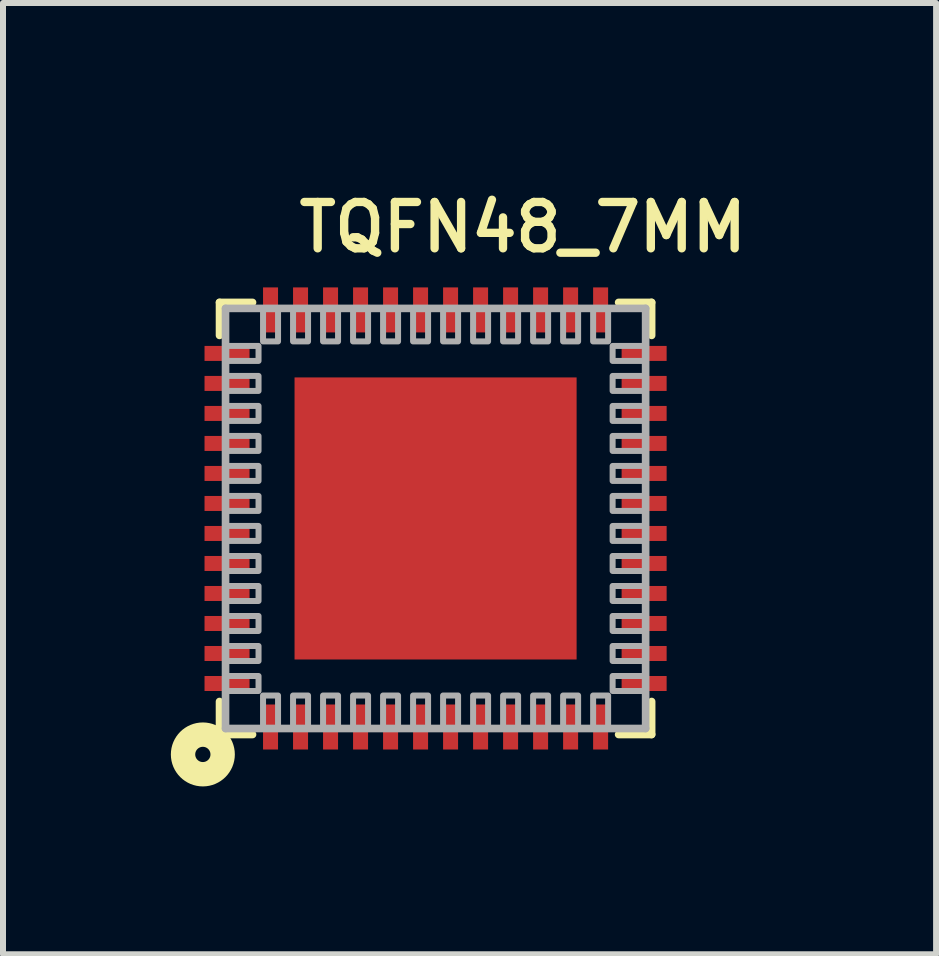
<source format=kicad_pcb>
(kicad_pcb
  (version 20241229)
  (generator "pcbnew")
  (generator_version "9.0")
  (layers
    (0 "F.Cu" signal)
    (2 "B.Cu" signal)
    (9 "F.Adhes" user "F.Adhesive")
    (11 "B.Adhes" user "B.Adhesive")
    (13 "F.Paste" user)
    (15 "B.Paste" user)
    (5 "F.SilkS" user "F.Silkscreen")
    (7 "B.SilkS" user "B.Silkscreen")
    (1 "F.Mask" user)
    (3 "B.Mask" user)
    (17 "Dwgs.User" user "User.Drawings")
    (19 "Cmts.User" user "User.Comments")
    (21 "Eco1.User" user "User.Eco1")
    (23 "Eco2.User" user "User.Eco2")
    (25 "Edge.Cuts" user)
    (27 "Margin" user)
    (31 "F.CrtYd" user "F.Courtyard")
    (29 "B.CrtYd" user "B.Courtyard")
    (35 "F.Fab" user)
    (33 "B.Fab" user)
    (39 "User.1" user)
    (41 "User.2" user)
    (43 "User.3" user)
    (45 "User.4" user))
  (footprint "TQFN48_7MM"
    (layer "F.Cu")
    (at 4.208 5.589)
    (property "Reference" "TQFN48_7MM" (at -2.35 -4.4 0) (layer "F.SilkS") (effects (font (size 0.772 0.772) (thickness 0.139)) (justify left bottom)))
    (attr through_hole)
    (fp_line (start -3.6 -3.6) (end -3.6 -3.05) (stroke (width 0.127) (type solid)) (layer "F.SilkS"))
    (fp_line (start -3.6 3.05) (end -3.6 3.6) (stroke (width 0.127) (type solid)) (layer "F.SilkS"))
    (fp_line (start -3.6 3.6) (end -3.05 3.6) (stroke (width 0.127) (type solid)) (layer "F.SilkS"))
    (fp_line (start -3.05 -3.6) (end -3.6 -3.6) (stroke (width 0.127) (type solid)) (layer "F.SilkS"))
    (fp_line (start 3.05 -3.6) (end 3.6 -3.6) (stroke (width 0.127) (type solid)) (layer "F.SilkS"))
    (fp_line (start 3.6 -3.6) (end 3.6 -3.05) (stroke (width 0.127) (type solid)) (layer "F.SilkS"))
    (fp_line (start 3.6 3.05) (end 3.6 3.6) (stroke (width 0.127) (type solid)) (layer "F.SilkS"))
    (fp_line (start 3.6 3.6) (end 3.05 3.6) (stroke (width 0.127) (type solid)) (layer "F.SilkS"))
    (fp_circle (center -3.878 3.932) (end -3.751 3.932) (stroke (width 0.406) (type solid)) (fill no) (layer "F.SilkS"))
    (fp_poly (pts (xy -2 -0.5) (xy -1 -0.5) (xy -1 -2) (xy -2 -2)) (stroke (width 0) (type solid)) (fill yes) (layer "F.Paste"))
    (fp_poly (pts (xy -2 2) (xy -1 2) (xy -1 0.5) (xy -2 0.5)) (stroke (width 0) (type solid)) (fill yes) (layer "F.Paste"))
    (fp_poly (pts (xy -0.5 -0.5) (xy 0.5 -0.5) (xy 0.5 -2) (xy -0.5 -2)) (stroke (width 0) (type solid)) (fill yes) (layer "F.Paste"))
    (fp_poly (pts (xy -0.5 2) (xy 0.5 2) (xy 0.5 0.5) (xy -0.5 0.5)) (stroke (width 0) (type solid)) (fill yes) (layer "F.Paste"))
    (fp_poly (pts (xy 1 -0.5) (xy 2 -0.5) (xy 2 -2) (xy 1 -2)) (stroke (width 0) (type solid)) (fill yes) (layer "F.Paste"))
    (fp_poly (pts (xy 1 2) (xy 2 2) (xy 2 0.5) (xy 1 0.5)) (stroke (width 0) (type solid)) (fill yes) (layer "F.Paste"))
    (fp_line (start -3.5 -3.5) (end 3.5 -3.5) (stroke (width 0.127) (type solid)) (layer "F.Fab"))
    (fp_line (start -3.5 3.5) (end -3.5 -3.5) (stroke (width 0.127) (type solid)) (layer "F.Fab"))
    (fp_line (start 3.5 -3.5) (end 3.5 3.5) (stroke (width 0.127) (type solid)) (layer "F.Fab"))
    (fp_line (start 3.5 3.5) (end -3.5 3.5) (stroke (width 0.127) (type solid)) (layer "F.Fab"))
    (fp_poly (pts (xy -3.5 -2.625) (xy -2.95 -2.625) (xy -2.95 -2.875) (xy -3.5 -2.875)) (stroke (width 0.1) (type solid)) (fill no) (layer "F.Fab"))
    (fp_poly (pts (xy -3.5 -2.125) (xy -2.95 -2.125) (xy -2.95 -2.375) (xy -3.5 -2.375)) (stroke (width 0.1) (type solid)) (fill no) (layer "F.Fab"))
    (fp_poly (pts (xy -3.5 -1.625) (xy -2.95 -1.625) (xy -2.95 -1.875) (xy -3.5 -1.875)) (stroke (width 0.1) (type solid)) (fill no) (layer "F.Fab"))
    (fp_poly (pts (xy -3.5 -1.125) (xy -2.95 -1.125) (xy -2.95 -1.375) (xy -3.5 -1.375)) (stroke (width 0.1) (type solid)) (fill no) (layer "F.Fab"))
    (fp_poly (pts (xy -3.5 -0.625) (xy -2.95 -0.625) (xy -2.95 -0.875) (xy -3.5 -0.875)) (stroke (width 0.1) (type solid)) (fill no) (layer "F.Fab"))
    (fp_poly (pts (xy -3.5 -0.125) (xy -2.95 -0.125) (xy -2.95 -0.375) (xy -3.5 -0.375)) (stroke (width 0.1) (type solid)) (fill no) (layer "F.Fab"))
    (fp_poly (pts (xy -3.5 0.375) (xy -2.95 0.375) (xy -2.95 0.125) (xy -3.5 0.125)) (stroke (width 0.1) (type solid)) (fill no) (layer "F.Fab"))
    (fp_poly (pts (xy -3.5 0.875) (xy -2.95 0.875) (xy -2.95 0.625) (xy -3.5 0.625)) (stroke (width 0.1) (type solid)) (fill no) (layer "F.Fab"))
    (fp_poly (pts (xy -3.5 1.375) (xy -2.95 1.375) (xy -2.95 1.125) (xy -3.5 1.125)) (stroke (width 0.1) (type solid)) (fill no) (layer "F.Fab"))
    (fp_poly (pts (xy -3.5 1.875) (xy -2.95 1.875) (xy -2.95 1.625) (xy -3.5 1.625)) (stroke (width 0.1) (type solid)) (fill no) (layer "F.Fab"))
    (fp_poly (pts (xy -3.5 2.375) (xy -2.95 2.375) (xy -2.95 2.125) (xy -3.5 2.125)) (stroke (width 0.1) (type solid)) (fill no) (layer "F.Fab"))
    (fp_poly (pts (xy -3.5 2.875) (xy -2.95 2.875) (xy -2.95 2.625) (xy -3.5 2.625)) (stroke (width 0.1) (type solid)) (fill no) (layer "F.Fab"))
    (fp_poly (pts (xy -2.875 -3.5) (xy -2.875 -2.95) (xy -2.625 -2.95) (xy -2.625 -3.5)) (stroke (width 0.1) (type solid)) (fill no) (layer "F.Fab"))
    (fp_poly (pts (xy -2.625 3.5) (xy -2.625 2.95) (xy -2.875 2.95) (xy -2.875 3.5)) (stroke (width 0.1) (type solid)) (fill no) (layer "F.Fab"))
    (fp_poly (pts (xy -2.375 -3.5) (xy -2.375 -2.95) (xy -2.125 -2.95) (xy -2.125 -3.5)) (stroke (width 0.1) (type solid)) (fill no) (layer "F.Fab"))
    (fp_poly (pts (xy -2.125 3.5) (xy -2.125 2.95) (xy -2.375 2.95) (xy -2.375 3.5)) (stroke (width 0.1) (type solid)) (fill no) (layer "F.Fab"))
    (fp_poly (pts (xy -1.875 -3.5) (xy -1.875 -2.95) (xy -1.625 -2.95) (xy -1.625 -3.5)) (stroke (width 0.1) (type solid)) (fill no) (layer "F.Fab"))
    (fp_poly (pts (xy -1.625 3.5) (xy -1.625 2.95) (xy -1.875 2.95) (xy -1.875 3.5)) (stroke (width 0.1) (type solid)) (fill no) (layer "F.Fab"))
    (fp_poly (pts (xy -1.375 -3.5) (xy -1.375 -2.95) (xy -1.125 -2.95) (xy -1.125 -3.5)) (stroke (width 0.1) (type solid)) (fill no) (layer "F.Fab"))
    (fp_poly (pts (xy -1.125 3.5) (xy -1.125 2.95) (xy -1.375 2.95) (xy -1.375 3.5)) (stroke (width 0.1) (type solid)) (fill no) (layer "F.Fab"))
    (fp_poly (pts (xy -0.875 -3.5) (xy -0.875 -2.95) (xy -0.625 -2.95) (xy -0.625 -3.5)) (stroke (width 0.1) (type solid)) (fill no) (layer "F.Fab"))
    (fp_poly (pts (xy -0.625 3.5) (xy -0.625 2.95) (xy -0.875 2.95) (xy -0.875 3.5)) (stroke (width 0.1) (type solid)) (fill no) (layer "F.Fab"))
    (fp_poly (pts (xy -0.375 -3.5) (xy -0.375 -2.95) (xy -0.125 -2.95) (xy -0.125 -3.5)) (stroke (width 0.1) (type solid)) (fill no) (layer "F.Fab"))
    (fp_poly (pts (xy -0.125 3.5) (xy -0.125 2.95) (xy -0.375 2.95) (xy -0.375 3.5)) (stroke (width 0.1) (type solid)) (fill no) (layer "F.Fab"))
    (fp_poly (pts (xy 0.125 -3.5) (xy 0.125 -2.95) (xy 0.375 -2.95) (xy 0.375 -3.5)) (stroke (width 0.1) (type solid)) (fill no) (layer "F.Fab"))
    (fp_poly (pts (xy 0.375 3.5) (xy 0.375 2.95) (xy 0.125 2.95) (xy 0.125 3.5)) (stroke (width 0.1) (type solid)) (fill no) (layer "F.Fab"))
    (fp_poly (pts (xy 0.625 -3.5) (xy 0.625 -2.95) (xy 0.875 -2.95) (xy 0.875 -3.5)) (stroke (width 0.1) (type solid)) (fill no) (layer "F.Fab"))
    (fp_poly (pts (xy 0.875 3.5) (xy 0.875 2.95) (xy 0.625 2.95) (xy 0.625 3.5)) (stroke (width 0.1) (type solid)) (fill no) (layer "F.Fab"))
    (fp_poly (pts (xy 1.125 -3.5) (xy 1.125 -2.95) (xy 1.375 -2.95) (xy 1.375 -3.5)) (stroke (width 0.1) (type solid)) (fill no) (layer "F.Fab"))
    (fp_poly (pts (xy 1.375 3.5) (xy 1.375 2.95) (xy 1.125 2.95) (xy 1.125 3.5)) (stroke (width 0.1) (type solid)) (fill no) (layer "F.Fab"))
    (fp_poly (pts (xy 1.625 -3.5) (xy 1.625 -2.95) (xy 1.875 -2.95) (xy 1.875 -3.5)) (stroke (width 0.1) (type solid)) (fill no) (layer "F.Fab"))
    (fp_poly (pts (xy 1.875 3.5) (xy 1.875 2.95) (xy 1.625 2.95) (xy 1.625 3.5)) (stroke (width 0.1) (type solid)) (fill no) (layer "F.Fab"))
    (fp_poly (pts (xy 2.125 -3.5) (xy 2.125 -2.95) (xy 2.375 -2.95) (xy 2.375 -3.5)) (stroke (width 0.1) (type solid)) (fill no) (layer "F.Fab"))
    (fp_poly (pts (xy 2.375 3.5) (xy 2.375 2.95) (xy 2.125 2.95) (xy 2.125 3.5)) (stroke (width 0.1) (type solid)) (fill no) (layer "F.Fab"))
    (fp_poly (pts (xy 2.625 -3.5) (xy 2.625 -2.95) (xy 2.875 -2.95) (xy 2.875 -3.5)) (stroke (width 0.1) (type solid)) (fill no) (layer "F.Fab"))
    (fp_poly (pts (xy 2.875 3.5) (xy 2.875 2.95) (xy 2.625 2.95) (xy 2.625 3.5)) (stroke (width 0.1) (type solid)) (fill no) (layer "F.Fab"))
    (fp_poly (pts (xy 3.5 -2.875) (xy 2.95 -2.875) (xy 2.95 -2.625) (xy 3.5 -2.625)) (stroke (width 0.1) (type solid)) (fill no) (layer "F.Fab"))
    (fp_poly (pts (xy 3.5 -2.375) (xy 2.95 -2.375) (xy 2.95 -2.125) (xy 3.5 -2.125)) (stroke (width 0.1) (type solid)) (fill no) (layer "F.Fab"))
    (fp_poly (pts (xy 3.5 -1.875) (xy 2.95 -1.875) (xy 2.95 -1.625) (xy 3.5 -1.625)) (stroke (width 0.1) (type solid)) (fill no) (layer "F.Fab"))
    (fp_poly (pts (xy 3.5 -1.375) (xy 2.95 -1.375) (xy 2.95 -1.125) (xy 3.5 -1.125)) (stroke (width 0.1) (type solid)) (fill no) (layer "F.Fab"))
    (fp_poly (pts (xy 3.5 -0.875) (xy 2.95 -0.875) (xy 2.95 -0.625) (xy 3.5 -0.625)) (stroke (width 0.1) (type solid)) (fill no) (layer "F.Fab"))
    (fp_poly (pts (xy 3.5 -0.375) (xy 2.95 -0.375) (xy 2.95 -0.125) (xy 3.5 -0.125)) (stroke (width 0.1) (type solid)) (fill no) (layer "F.Fab"))
    (fp_poly (pts (xy 3.5 0.125) (xy 2.95 0.125) (xy 2.95 0.375) (xy 3.5 0.375)) (stroke (width 0.1) (type solid)) (fill no) (layer "F.Fab"))
    (fp_poly (pts (xy 3.5 0.625) (xy 2.95 0.625) (xy 2.95 0.875) (xy 3.5 0.875)) (stroke (width 0.1) (type solid)) (fill no) (layer "F.Fab"))
    (fp_poly (pts (xy 3.5 1.125) (xy 2.95 1.125) (xy 2.95 1.375) (xy 3.5 1.375)) (stroke (width 0.1) (type solid)) (fill no) (layer "F.Fab"))
    (fp_poly (pts (xy 3.5 1.625) (xy 2.95 1.625) (xy 2.95 1.875) (xy 3.5 1.875)) (stroke (width 0.1) (type solid)) (fill no) (layer "F.Fab"))
    (fp_poly (pts (xy 3.5 2.125) (xy 2.95 2.125) (xy 2.95 2.375) (xy 3.5 2.375)) (stroke (width 0.1) (type solid)) (fill no) (layer "F.Fab"))
    (fp_poly (pts (xy 3.5 2.625) (xy 2.95 2.625) (xy 2.95 2.875) (xy 3.5 2.875)) (stroke (width 0.1) (type solid)) (fill no) (layer "F.Fab"))
    (pad "1" smd rect (at -2.75 3.475 90) (size 0.75 0.25) (layers "F.Cu" "F.Mask" "F.Paste"))
    (pad "2" smd rect (at -2.25 3.475 90) (size 0.75 0.25) (layers "F.Cu" "F.Mask" "F.Paste"))
    (pad "3" smd rect (at -1.75 3.475 90) (size 0.75 0.25) (layers "F.Cu" "F.Mask" "F.Paste"))
    (pad "4" smd rect (at -1.25 3.475 90) (size 0.75 0.25) (layers "F.Cu" "F.Mask" "F.Paste"))
    (pad "5" smd rect (at -0.75 3.475 90) (size 0.75 0.25) (layers "F.Cu" "F.Mask" "F.Paste"))
    (pad "6" smd rect (at -0.25 3.475 90) (size 0.75 0.25) (layers "F.Cu" "F.Mask" "F.Paste"))
    (pad "7" smd rect (at 0.25 3.475 90) (size 0.75 0.25) (layers "F.Cu" "F.Mask" "F.Paste"))
    (pad "8" smd rect (at 0.75 3.475 90) (size 0.75 0.25) (layers "F.Cu" "F.Mask" "F.Paste"))
    (pad "9" smd rect (at 1.25 3.475 90) (size 0.75 0.25) (layers "F.Cu" "F.Mask" "F.Paste"))
    (pad "10" smd rect (at 1.75 3.475 90) (size 0.75 0.25) (layers "F.Cu" "F.Mask" "F.Paste"))
    (pad "11" smd rect (at 2.25 3.475 90) (size 0.75 0.25) (layers "F.Cu" "F.Mask" "F.Paste"))
    (pad "12" smd rect (at 2.75 3.475 90) (size 0.75 0.25) (layers "F.Cu" "F.Mask" "F.Paste"))
    (pad "13" smd rect (at 3.475 2.75 180) (size 0.75 0.25) (layers "F.Cu" "F.Mask" "F.Paste"))
    (pad "14" smd rect (at 3.475 2.25 180) (size 0.75 0.25) (layers "F.Cu" "F.Mask" "F.Paste"))
    (pad "15" smd rect (at 3.475 1.75 180) (size 0.75 0.25) (layers "F.Cu" "F.Mask" "F.Paste"))
    (pad "16" smd rect (at 3.475 1.25 180) (size 0.75 0.25) (layers "F.Cu" "F.Mask" "F.Paste"))
    (pad "17" smd rect (at 3.475 0.75 180) (size 0.75 0.25) (layers "F.Cu" "F.Mask" "F.Paste"))
    (pad "18" smd rect (at 3.475 0.25 180) (size 0.75 0.25) (layers "F.Cu" "F.Mask" "F.Paste"))
    (pad "19" smd rect (at 3.475 -0.25 180) (size 0.75 0.25) (layers "F.Cu" "F.Mask" "F.Paste"))
    (pad "20" smd rect (at 3.475 -0.75 180) (size 0.75 0.25) (layers "F.Cu" "F.Mask" "F.Paste"))
    (pad "21" smd rect (at 3.475 -1.25 180) (size 0.75 0.25) (layers "F.Cu" "F.Mask" "F.Paste"))
    (pad "22" smd rect (at 3.475 -1.75 180) (size 0.75 0.25) (layers "F.Cu" "F.Mask" "F.Paste"))
    (pad "23" smd rect (at 3.475 -2.25 180) (size 0.75 0.25) (layers "F.Cu" "F.Mask" "F.Paste"))
    (pad "24" smd rect (at 3.475 -2.75 180) (size 0.75 0.25) (layers "F.Cu" "F.Mask" "F.Paste"))
    (pad "25" smd rect (at 2.75 -3.475 270) (size 0.75 0.25) (layers "F.Cu" "F.Mask" "F.Paste"))
    (pad "26" smd rect (at 2.25 -3.475 270) (size 0.75 0.25) (layers "F.Cu" "F.Mask" "F.Paste"))
    (pad "27" smd rect (at 1.75 -3.475 270) (size 0.75 0.25) (layers "F.Cu" "F.Mask" "F.Paste"))
    (pad "28" smd rect (at 1.25 -3.475 270) (size 0.75 0.25) (layers "F.Cu" "F.Mask" "F.Paste"))
    (pad "29" smd rect (at 0.75 -3.475 270) (size 0.75 0.25) (layers "F.Cu" "F.Mask" "F.Paste"))
    (pad "30" smd rect (at 0.25 -3.475 270) (size 0.75 0.25) (layers "F.Cu" "F.Mask" "F.Paste"))
    (pad "31" smd rect (at -0.25 -3.475 270) (size 0.75 0.25) (layers "F.Cu" "F.Mask" "F.Paste"))
    (pad "32" smd rect (at -0.75 -3.475 270) (size 0.75 0.25) (layers "F.Cu" "F.Mask" "F.Paste"))
    (pad "33" smd rect (at -1.25 -3.475 270) (size 0.75 0.25) (layers "F.Cu" "F.Mask" "F.Paste"))
    (pad "34" smd rect (at -1.75 -3.475 270) (size 0.75 0.25) (layers "F.Cu" "F.Mask" "F.Paste"))
    (pad "35" smd rect (at -2.25 -3.475 270) (size 0.75 0.25) (layers "F.Cu" "F.Mask" "F.Paste"))
    (pad "36" smd rect (at -2.75 -3.475 270) (size 0.75 0.25) (layers "F.Cu" "F.Mask" "F.Paste"))
    (pad "37" smd rect (at -3.475 -2.75) (size 0.75 0.25) (layers "F.Cu" "F.Mask" "F.Paste"))
    (pad "38" smd rect (at -3.475 -2.25) (size 0.75 0.25) (layers "F.Cu" "F.Mask" "F.Paste"))
    (pad "39" smd rect (at -3.475 -1.75) (size 0.75 0.25) (layers "F.Cu" "F.Mask" "F.Paste"))
    (pad "40" smd rect (at -3.475 -1.25) (size 0.75 0.25) (layers "F.Cu" "F.Mask" "F.Paste"))
    (pad "41" smd rect (at -3.475 -0.75) (size 0.75 0.25) (layers "F.Cu" "F.Mask" "F.Paste"))
    (pad "42" smd rect (at -3.475 -0.25) (size 0.75 0.25) (layers "F.Cu" "F.Mask" "F.Paste"))
    (pad "43" smd rect (at -3.475 0.25) (size 0.75 0.25) (layers "F.Cu" "F.Mask" "F.Paste"))
    (pad "44" smd rect (at -3.475 0.75) (size 0.75 0.25) (layers "F.Cu" "F.Mask" "F.Paste"))
    (pad "45" smd rect (at -3.475 1.25) (size 0.75 0.25) (layers "F.Cu" "F.Mask" "F.Paste"))
    (pad "46" smd rect (at -3.475 1.75) (size 0.75 0.25) (layers "F.Cu" "F.Mask" "F.Paste"))
    (pad "47" smd rect (at -3.475 2.25) (size 0.75 0.25) (layers "F.Cu" "F.Mask" "F.Paste"))
    (pad "48" smd rect (at -3.475 2.75) (size 0.75 0.25) (layers "F.Cu" "F.Mask" "F.Paste"))
    (pad "THERMAL" smd rect (at 0 0) (size 4.7 4.7) (layers "F.Cu" "F.Mask")))
  (gr_rect
    (start -3 -3)
    (end 12.548 12.851)
    (stroke (width 0.1) (type default))
    (fill no)
    (layer "Edge.Cuts")))
</source>
